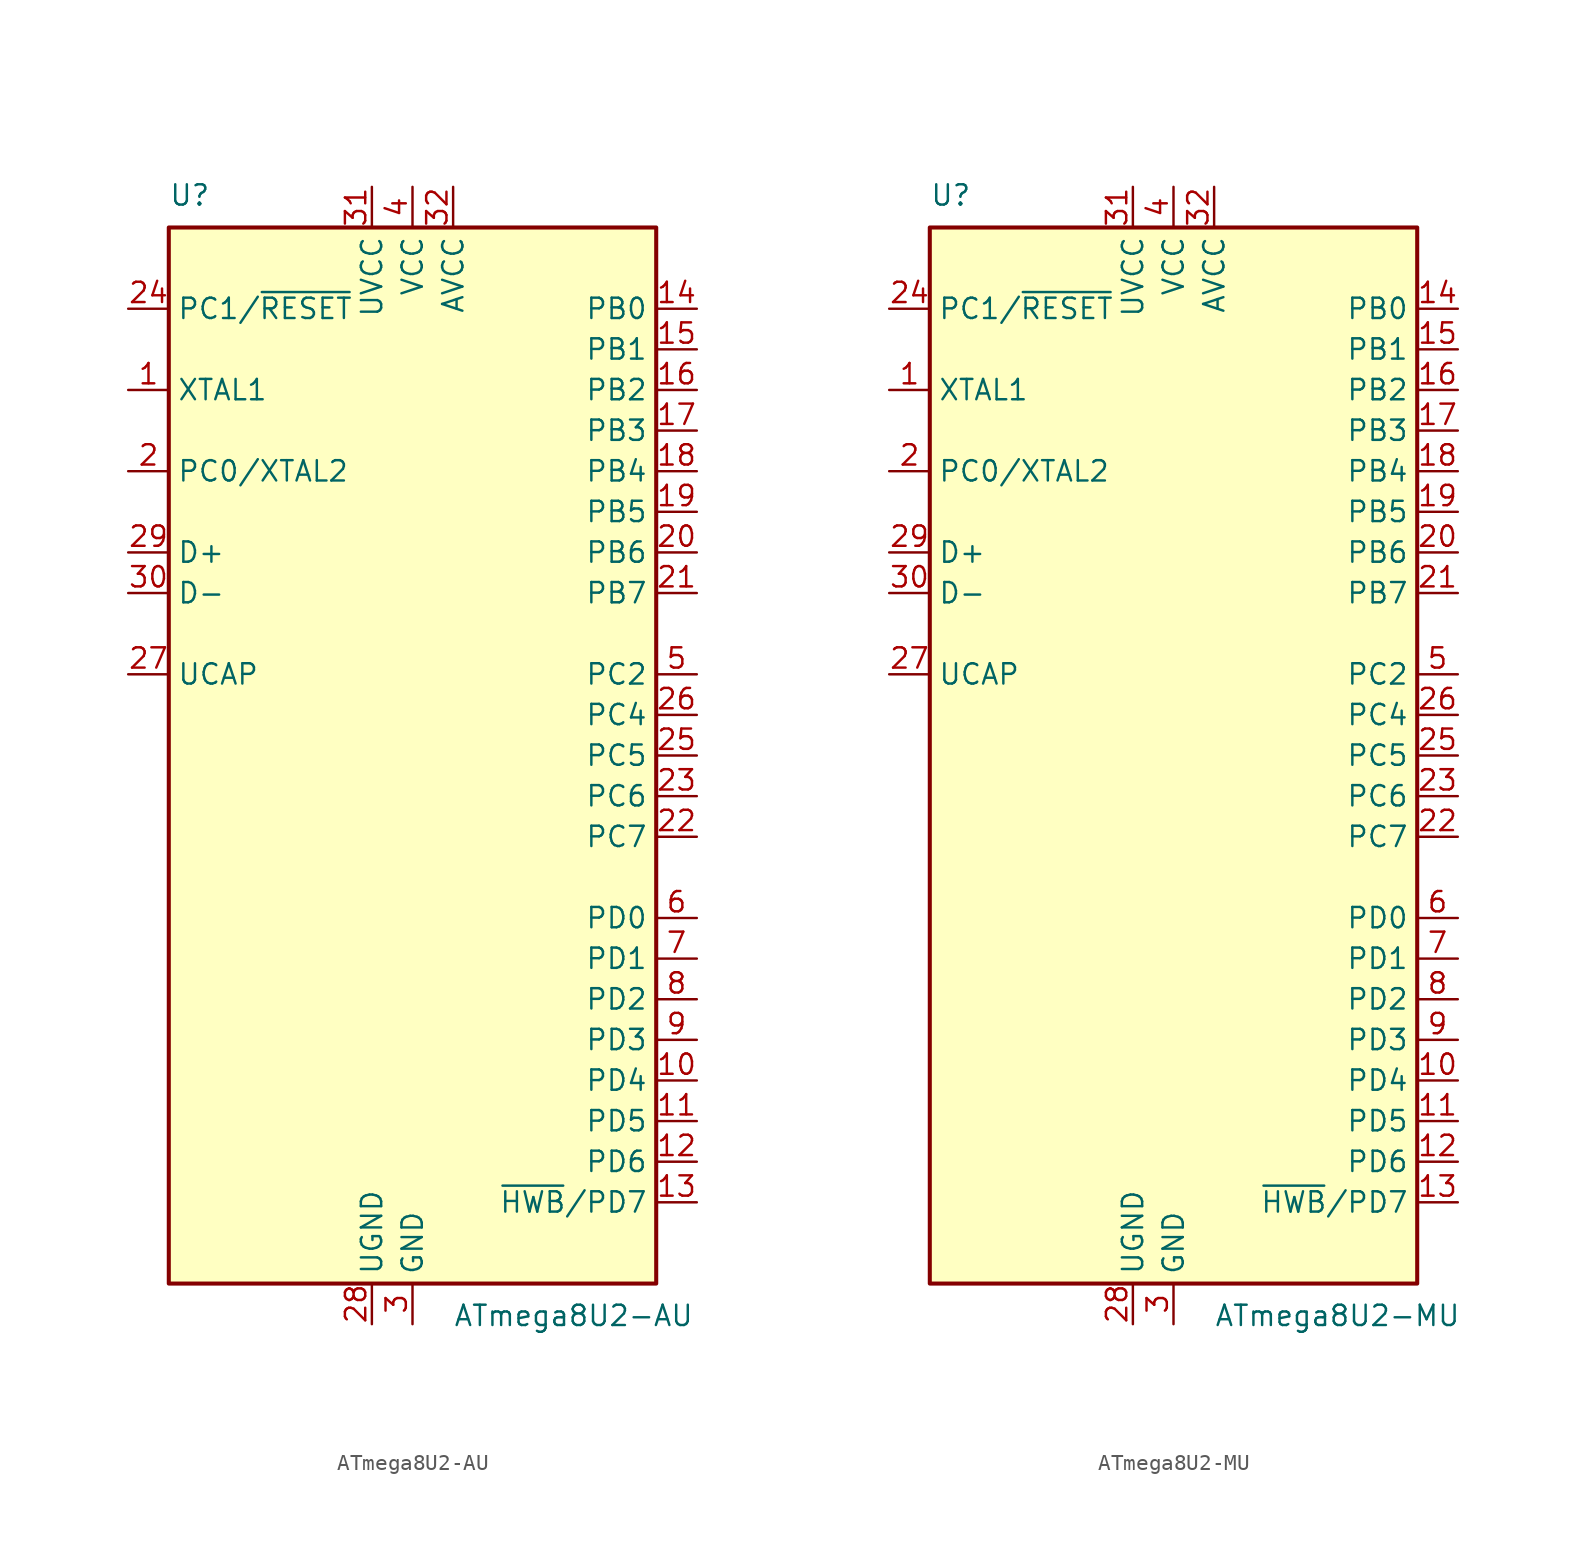
<source format=kicad_sym>
(kicad_symbol_lib
  (version 20211014)
  (generator kicad_symbol_editor)
  (symbol "ATmega8U2-AU"
    (property "Reference" "U"
      (at -15.24 34.29 0)
      (effects (font (size 1.27 1.27)) (justify left bottom)))
    (property "Value" "ATmega8U2-AU"
      (at 2.54 -34.29 0)
      (effects (font (size 1.27 1.27)) (justify left top)))
    (symbol "ATmega8U2-AU_0_1"
      (rectangle (start -15.24 -33.02) (end 15.24 33.02) (stroke (width 0.254) (type default) (color 0 0 0 0)) (fill (type background))))
    (symbol "ATmega8U2-AU_1_1"
      (pin input line (at -17.78 22.86 0) (length 2.54) (name "XTAL1" (effects (font (size 1.27 1.27)))) (number "1" (effects (font (size 1.27 1.27)))))
      (pin bidirectional line (at 17.78 -20.32 180) (length 2.54) (name "PD4" (effects (font (size 1.27 1.27)))) (number "10" (effects (font (size 1.27 1.27)))))
      (pin bidirectional line (at 17.78 -22.86 180) (length 2.54) (name "PD5" (effects (font (size 1.27 1.27)))) (number "11" (effects (font (size 1.27 1.27)))))
      (pin bidirectional line (at 17.78 -25.4 180) (length 2.54) (name "PD6" (effects (font (size 1.27 1.27)))) (number "12" (effects (font (size 1.27 1.27)))))
      (pin bidirectional line (at 17.78 -27.94 180) (length 2.54) (name "~{HWB}/PD7" (effects (font (size 1.27 1.27)))) (number "13" (effects (font (size 1.27 1.27)))))
      (pin bidirectional line (at 17.78 27.94 180) (length 2.54) (name "PB0" (effects (font (size 1.27 1.27)))) (number "14" (effects (font (size 1.27 1.27)))))
      (pin bidirectional line (at 17.78 25.4 180) (length 2.54) (name "PB1" (effects (font (size 1.27 1.27)))) (number "15" (effects (font (size 1.27 1.27)))))
      (pin bidirectional line (at 17.78 22.86 180) (length 2.54) (name "PB2" (effects (font (size 1.27 1.27)))) (number "16" (effects (font (size 1.27 1.27)))))
      (pin bidirectional line (at 17.78 20.32 180) (length 2.54) (name "PB3" (effects (font (size 1.27 1.27)))) (number "17" (effects (font (size 1.27 1.27)))))
      (pin bidirectional line (at 17.78 17.78 180) (length 2.54) (name "PB4" (effects (font (size 1.27 1.27)))) (number "18" (effects (font (size 1.27 1.27)))))
      (pin bidirectional line (at 17.78 15.24 180) (length 2.54) (name "PB5" (effects (font (size 1.27 1.27)))) (number "19" (effects (font (size 1.27 1.27)))))
      (pin bidirectional line (at -17.78 17.78 0) (length 2.54) (name "PC0/XTAL2" (effects (font (size 1.27 1.27)))) (number "2" (effects (font (size 1.27 1.27)))))
      (pin bidirectional line (at 17.78 12.7 180) (length 2.54) (name "PB6" (effects (font (size 1.27 1.27)))) (number "20" (effects (font (size 1.27 1.27)))))
      (pin bidirectional line (at 17.78 10.16 180) (length 2.54) (name "PB7" (effects (font (size 1.27 1.27)))) (number "21" (effects (font (size 1.27 1.27)))))
      (pin bidirectional line (at 17.78 -5.08 180) (length 2.54) (name "PC7" (effects (font (size 1.27 1.27)))) (number "22" (effects (font (size 1.27 1.27)))))
      (pin bidirectional line (at 17.78 -2.54 180) (length 2.54) (name "PC6" (effects (font (size 1.27 1.27)))) (number "23" (effects (font (size 1.27 1.27)))))
      (pin bidirectional line (at -17.78 27.94 0) (length 2.54) (name "PC1/~{RESET}" (effects (font (size 1.27 1.27)))) (number "24" (effects (font (size 1.27 1.27)))))
      (pin bidirectional line (at 17.78 0 180) (length 2.54) (name "PC5" (effects (font (size 1.27 1.27)))) (number "25" (effects (font (size 1.27 1.27)))))
      (pin bidirectional line (at 17.78 2.54 180) (length 2.54) (name "PC4" (effects (font (size 1.27 1.27)))) (number "26" (effects (font (size 1.27 1.27)))))
      (pin passive line (at -17.78 5.08 0) (length 2.54) (name "UCAP" (effects (font (size 1.27 1.27)))) (number "27" (effects (font (size 1.27 1.27)))))
      (pin power_in line (at -2.54 -35.56 90) (length 2.54) (name "UGND" (effects (font (size 1.27 1.27)))) (number "28" (effects (font (size 1.27 1.27)))))
      (pin bidirectional line (at -17.78 12.7 0) (length 2.54) (name "D+" (effects (font (size 1.27 1.27)))) (number "29" (effects (font (size 1.27 1.27)))))
      (pin power_in line (at 0 -35.56 90) (length 2.54) (name "GND" (effects (font (size 1.27 1.27)))) (number "3" (effects (font (size 1.27 1.27)))))
      (pin bidirectional line (at -17.78 10.16 0) (length 2.54) (name "D-" (effects (font (size 1.27 1.27)))) (number "30" (effects (font (size 1.27 1.27)))))
      (pin power_in line (at -2.54 35.56 270) (length 2.54) (name "UVCC" (effects (font (size 1.27 1.27)))) (number "31" (effects (font (size 1.27 1.27)))))
      (pin power_in line (at 2.54 35.56 270) (length 2.54) (name "AVCC" (effects (font (size 1.27 1.27)))) (number "32" (effects (font (size 1.27 1.27)))))
      (pin power_in line (at 0 35.56 270) (length 2.54) (name "VCC" (effects (font (size 1.27 1.27)))) (number "4" (effects (font (size 1.27 1.27)))))
      (pin bidirectional line (at 17.78 5.08 180) (length 2.54) (name "PC2" (effects (font (size 1.27 1.27)))) (number "5" (effects (font (size 1.27 1.27)))))
      (pin bidirectional line (at 17.78 -10.16 180) (length 2.54) (name "PD0" (effects (font (size 1.27 1.27)))) (number "6" (effects (font (size 1.27 1.27)))))
      (pin bidirectional line (at 17.78 -12.7 180) (length 2.54) (name "PD1" (effects (font (size 1.27 1.27)))) (number "7" (effects (font (size 1.27 1.27)))))
      (pin bidirectional line (at 17.78 -15.24 180) (length 2.54) (name "PD2" (effects (font (size 1.27 1.27)))) (number "8" (effects (font (size 1.27 1.27)))))
      (pin bidirectional line (at 17.78 -17.78 180) (length 2.54) (name "PD3" (effects (font (size 1.27 1.27)))) (number "9" (effects (font (size 1.27 1.27)))))))
  (symbol "ATmega8U2-MU"
    (property "Reference" "U"
      (at -15.24 34.29 0)
      (effects (font (size 1.27 1.27)) (justify left bottom)))
    (property "Value" "ATmega8U2-MU"
      (at 2.54 -34.29 0)
      (effects (font (size 1.27 1.27)) (justify left top)))
    (symbol "ATmega8U2-MU_0_1"
      (rectangle (start -15.24 -33.02) (end 15.24 33.02) (stroke (width 0.254) (type default) (color 0 0 0 0)) (fill (type background))))
    (symbol "ATmega8U2-MU_1_1"
      (pin input line (at -17.78 22.86 0) (length 2.54) (name "XTAL1" (effects (font (size 1.27 1.27)))) (number "1" (effects (font (size 1.27 1.27)))))
      (pin bidirectional line (at 17.78 -20.32 180) (length 2.54) (name "PD4" (effects (font (size 1.27 1.27)))) (number "10" (effects (font (size 1.27 1.27)))))
      (pin bidirectional line (at 17.78 -22.86 180) (length 2.54) (name "PD5" (effects (font (size 1.27 1.27)))) (number "11" (effects (font (size 1.27 1.27)))))
      (pin bidirectional line (at 17.78 -25.4 180) (length 2.54) (name "PD6" (effects (font (size 1.27 1.27)))) (number "12" (effects (font (size 1.27 1.27)))))
      (pin bidirectional line (at 17.78 -27.94 180) (length 2.54) (name "~{HWB}/PD7" (effects (font (size 1.27 1.27)))) (number "13" (effects (font (size 1.27 1.27)))))
      (pin bidirectional line (at 17.78 27.94 180) (length 2.54) (name "PB0" (effects (font (size 1.27 1.27)))) (number "14" (effects (font (size 1.27 1.27)))))
      (pin bidirectional line (at 17.78 25.4 180) (length 2.54) (name "PB1" (effects (font (size 1.27 1.27)))) (number "15" (effects (font (size 1.27 1.27)))))
      (pin bidirectional line (at 17.78 22.86 180) (length 2.54) (name "PB2" (effects (font (size 1.27 1.27)))) (number "16" (effects (font (size 1.27 1.27)))))
      (pin bidirectional line (at 17.78 20.32 180) (length 2.54) (name "PB3" (effects (font (size 1.27 1.27)))) (number "17" (effects (font (size 1.27 1.27)))))
      (pin bidirectional line (at 17.78 17.78 180) (length 2.54) (name "PB4" (effects (font (size 1.27 1.27)))) (number "18" (effects (font (size 1.27 1.27)))))
      (pin bidirectional line (at 17.78 15.24 180) (length 2.54) (name "PB5" (effects (font (size 1.27 1.27)))) (number "19" (effects (font (size 1.27 1.27)))))
      (pin bidirectional line (at -17.78 17.78 0) (length 2.54) (name "PC0/XTAL2" (effects (font (size 1.27 1.27)))) (number "2" (effects (font (size 1.27 1.27)))))
      (pin bidirectional line (at 17.78 12.7 180) (length 2.54) (name "PB6" (effects (font (size 1.27 1.27)))) (number "20" (effects (font (size 1.27 1.27)))))
      (pin bidirectional line (at 17.78 10.16 180) (length 2.54) (name "PB7" (effects (font (size 1.27 1.27)))) (number "21" (effects (font (size 1.27 1.27)))))
      (pin bidirectional line (at 17.78 -5.08 180) (length 2.54) (name "PC7" (effects (font (size 1.27 1.27)))) (number "22" (effects (font (size 1.27 1.27)))))
      (pin bidirectional line (at 17.78 -2.54 180) (length 2.54) (name "PC6" (effects (font (size 1.27 1.27)))) (number "23" (effects (font (size 1.27 1.27)))))
      (pin bidirectional line (at -17.78 27.94 0) (length 2.54) (name "PC1/~{RESET}" (effects (font (size 1.27 1.27)))) (number "24" (effects (font (size 1.27 1.27)))))
      (pin bidirectional line (at 17.78 0 180) (length 2.54) (name "PC5" (effects (font (size 1.27 1.27)))) (number "25" (effects (font (size 1.27 1.27)))))
      (pin bidirectional line (at 17.78 2.54 180) (length 2.54) (name "PC4" (effects (font (size 1.27 1.27)))) (number "26" (effects (font (size 1.27 1.27)))))
      (pin passive line (at -17.78 5.08 0) (length 2.54) (name "UCAP" (effects (font (size 1.27 1.27)))) (number "27" (effects (font (size 1.27 1.27)))))
      (pin power_in line (at -2.54 -35.56 90) (length 2.54) (name "UGND" (effects (font (size 1.27 1.27)))) (number "28" (effects (font (size 1.27 1.27)))))
      (pin bidirectional line (at -17.78 12.7 0) (length 2.54) (name "D+" (effects (font (size 1.27 1.27)))) (number "29" (effects (font (size 1.27 1.27)))))
      (pin power_in line (at 0 -35.56 90) (length 2.54) (name "GND" (effects (font (size 1.27 1.27)))) (number "3" (effects (font (size 1.27 1.27)))))
      (pin bidirectional line (at -17.78 10.16 0) (length 2.54) (name "D-" (effects (font (size 1.27 1.27)))) (number "30" (effects (font (size 1.27 1.27)))))
      (pin power_in line (at -2.54 35.56 270) (length 2.54) (name "UVCC" (effects (font (size 1.27 1.27)))) (number "31" (effects (font (size 1.27 1.27)))))
      (pin power_in line (at 2.54 35.56 270) (length 2.54) (name "AVCC" (effects (font (size 1.27 1.27)))) (number "32" (effects (font (size 1.27 1.27)))))
      (pin passive line (at 0 -35.56 90) (length 2.54) hide (name "GND" (effects (font (size 1.27 1.27)))) (number "33" (effects (font (size 1.27 1.27)))))
      (pin power_in line (at 0 35.56 270) (length 2.54) (name "VCC" (effects (font (size 1.27 1.27)))) (number "4" (effects (font (size 1.27 1.27)))))
      (pin bidirectional line (at 17.78 5.08 180) (length 2.54) (name "PC2" (effects (font (size 1.27 1.27)))) (number "5" (effects (font (size 1.27 1.27)))))
      (pin bidirectional line (at 17.78 -10.16 180) (length 2.54) (name "PD0" (effects (font (size 1.27 1.27)))) (number "6" (effects (font (size 1.27 1.27)))))
      (pin bidirectional line (at 17.78 -12.7 180) (length 2.54) (name "PD1" (effects (font (size 1.27 1.27)))) (number "7" (effects (font (size 1.27 1.27)))))
      (pin bidirectional line (at 17.78 -15.24 180) (length 2.54) (name "PD2" (effects (font (size 1.27 1.27)))) (number "8" (effects (font (size 1.27 1.27)))))
      (pin bidirectional line (at 17.78 -17.78 180) (length 2.54) (name "PD3" (effects (font (size 1.27 1.27)))) (number "9" (effects (font (size 1.27 1.27))))))))
</source>
